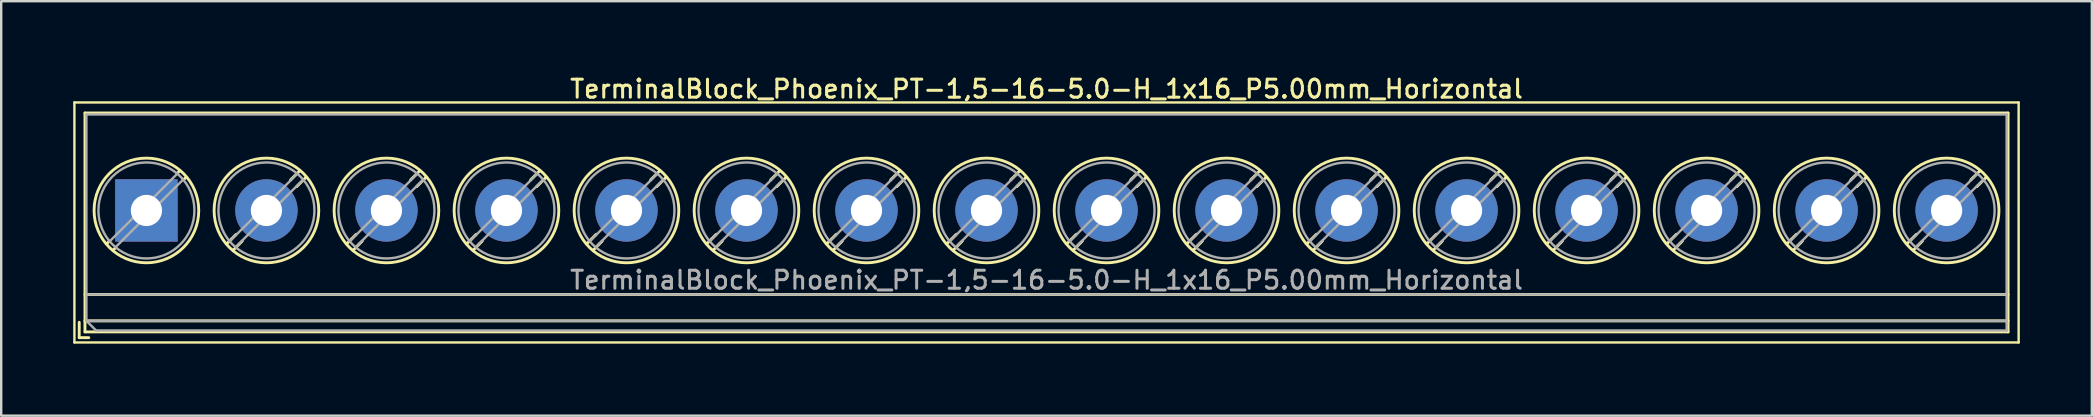
<source format=kicad_pcb>
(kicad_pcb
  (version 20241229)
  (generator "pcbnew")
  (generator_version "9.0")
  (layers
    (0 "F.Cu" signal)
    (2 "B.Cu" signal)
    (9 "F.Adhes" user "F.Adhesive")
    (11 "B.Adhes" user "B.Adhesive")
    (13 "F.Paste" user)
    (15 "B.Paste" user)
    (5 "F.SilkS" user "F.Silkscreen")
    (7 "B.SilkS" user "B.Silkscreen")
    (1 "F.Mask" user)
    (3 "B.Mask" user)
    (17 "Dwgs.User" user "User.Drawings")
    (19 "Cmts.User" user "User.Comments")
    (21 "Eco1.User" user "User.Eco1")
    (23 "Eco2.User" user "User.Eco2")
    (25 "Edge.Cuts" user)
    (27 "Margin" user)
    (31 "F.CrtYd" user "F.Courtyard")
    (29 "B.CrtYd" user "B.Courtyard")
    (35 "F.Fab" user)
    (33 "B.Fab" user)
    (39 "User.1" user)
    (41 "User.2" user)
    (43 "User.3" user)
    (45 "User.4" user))
  (footprint "TerminalBlock_Phoenix_PT-1,5-16-5.0-H_1x16_P5.00mm_Horizontal"
    (layer "F.Cu")
    (at 3.05 5.718)
    (property "Reference" "TerminalBlock_Phoenix_PT-1,5-16-5.0-H_1x16_P5.00mm_Horizontal" (at 37.5 -5.06 0) (layer "F.SilkS") (effects (font (size 0.75 0.75) (thickness 0.125))))
    (attr through_hole)
    (fp_line (start -3 -4.5) (end -3 5.5) (stroke (width 0.1) (type solid)) (layer "F.SilkS"))
    (fp_line (start -3 5.5) (end 78 5.5) (stroke (width 0.1) (type solid)) (layer "F.SilkS"))
    (fp_line (start -2.8 4.66) (end -2.8 5.3) (stroke (width 0.12) (type solid)) (layer "F.SilkS"))
    (fp_line (start -2.8 5.3) (end -2.4 5.3) (stroke (width 0.12) (type solid)) (layer "F.SilkS"))
    (fp_line (start -2.56 -4.06) (end -2.56 5.06) (stroke (width 0.12) (type solid)) (layer "F.SilkS"))
    (fp_line (start -2.56 -4.06) (end 77.56 -4.06) (stroke (width 0.12) (type solid)) (layer "F.SilkS"))
    (fp_line (start -2.56 3.5) (end 77.56 3.5) (stroke (width 0.12) (type solid)) (layer "F.SilkS"))
    (fp_line (start -2.56 4.6) (end 77.56 4.6) (stroke (width 0.12) (type solid)) (layer "F.SilkS"))
    (fp_line (start -2.56 5.06) (end 77.56 5.06) (stroke (width 0.12) (type solid)) (layer "F.SilkS"))
    (fp_line (start -1.548 1.281) (end -1.654 1.388) (stroke (width 0.12) (type solid)) (layer "F.SilkS"))
    (fp_line (start -1.282 1.547) (end -1.388 1.654) (stroke (width 0.12) (type solid)) (layer "F.SilkS"))
    (fp_line (start 1.388 -1.654) (end 1.281 -1.547) (stroke (width 0.12) (type solid)) (layer "F.SilkS"))
    (fp_line (start 1.654 -1.388) (end 1.547 -1.281) (stroke (width 0.12) (type solid)) (layer "F.SilkS"))
    (fp_line (start 3.742 0.992) (end 3.347 1.388) (stroke (width 0.12) (type solid)) (layer "F.SilkS"))
    (fp_line (start 3.993 1.274) (end 3.613 1.654) (stroke (width 0.12) (type solid)) (layer "F.SilkS"))
    (fp_line (start 6.388 -1.654) (end 6.008 -1.274) (stroke (width 0.12) (type solid)) (layer "F.SilkS"))
    (fp_line (start 6.654 -1.388) (end 6.259 -0.992) (stroke (width 0.12) (type solid)) (layer "F.SilkS"))
    (fp_line (start 8.742 0.992) (end 8.347 1.388) (stroke (width 0.12) (type solid)) (layer "F.SilkS"))
    (fp_line (start 8.993 1.274) (end 8.613 1.654) (stroke (width 0.12) (type solid)) (layer "F.SilkS"))
    (fp_line (start 11.388 -1.654) (end 11.008 -1.274) (stroke (width 0.12) (type solid)) (layer "F.SilkS"))
    (fp_line (start 11.654 -1.388) (end 11.259 -0.992) (stroke (width 0.12) (type solid)) (layer "F.SilkS"))
    (fp_line (start 13.742 0.992) (end 13.347 1.388) (stroke (width 0.12) (type solid)) (layer "F.SilkS"))
    (fp_line (start 13.993 1.274) (end 13.613 1.654) (stroke (width 0.12) (type solid)) (layer "F.SilkS"))
    (fp_line (start 16.388 -1.654) (end 16.008 -1.274) (stroke (width 0.12) (type solid)) (layer "F.SilkS"))
    (fp_line (start 16.654 -1.388) (end 16.259 -0.992) (stroke (width 0.12) (type solid)) (layer "F.SilkS"))
    (fp_line (start 18.742 0.992) (end 18.347 1.388) (stroke (width 0.12) (type solid)) (layer "F.SilkS"))
    (fp_line (start 18.993 1.274) (end 18.613 1.654) (stroke (width 0.12) (type solid)) (layer "F.SilkS"))
    (fp_line (start 21.388 -1.654) (end 21.008 -1.274) (stroke (width 0.12) (type solid)) (layer "F.SilkS"))
    (fp_line (start 21.654 -1.388) (end 21.259 -0.992) (stroke (width 0.12) (type solid)) (layer "F.SilkS"))
    (fp_line (start 23.742 0.992) (end 23.347 1.388) (stroke (width 0.12) (type solid)) (layer "F.SilkS"))
    (fp_line (start 23.993 1.274) (end 23.613 1.654) (stroke (width 0.12) (type solid)) (layer "F.SilkS"))
    (fp_line (start 26.388 -1.654) (end 26.008 -1.274) (stroke (width 0.12) (type solid)) (layer "F.SilkS"))
    (fp_line (start 26.654 -1.388) (end 26.259 -0.992) (stroke (width 0.12) (type solid)) (layer "F.SilkS"))
    (fp_line (start 28.742 0.992) (end 28.347 1.388) (stroke (width 0.12) (type solid)) (layer "F.SilkS"))
    (fp_line (start 28.993 1.274) (end 28.613 1.654) (stroke (width 0.12) (type solid)) (layer "F.SilkS"))
    (fp_line (start 31.388 -1.654) (end 31.008 -1.274) (stroke (width 0.12) (type solid)) (layer "F.SilkS"))
    (fp_line (start 31.654 -1.388) (end 31.259 -0.992) (stroke (width 0.12) (type solid)) (layer "F.SilkS"))
    (fp_line (start 33.742 0.992) (end 33.347 1.388) (stroke (width 0.12) (type solid)) (layer "F.SilkS"))
    (fp_line (start 33.993 1.274) (end 33.613 1.654) (stroke (width 0.12) (type solid)) (layer "F.SilkS"))
    (fp_line (start 36.388 -1.654) (end 36.008 -1.274) (stroke (width 0.12) (type solid)) (layer "F.SilkS"))
    (fp_line (start 36.654 -1.388) (end 36.259 -0.992) (stroke (width 0.12) (type solid)) (layer "F.SilkS"))
    (fp_line (start 38.742 0.992) (end 38.347 1.388) (stroke (width 0.12) (type solid)) (layer "F.SilkS"))
    (fp_line (start 38.993 1.274) (end 38.613 1.654) (stroke (width 0.12) (type solid)) (layer "F.SilkS"))
    (fp_line (start 41.388 -1.654) (end 41.008 -1.274) (stroke (width 0.12) (type solid)) (layer "F.SilkS"))
    (fp_line (start 41.654 -1.388) (end 41.259 -0.992) (stroke (width 0.12) (type solid)) (layer "F.SilkS"))
    (fp_line (start 43.742 0.992) (end 43.347 1.388) (stroke (width 0.12) (type solid)) (layer "F.SilkS"))
    (fp_line (start 43.993 1.274) (end 43.613 1.654) (stroke (width 0.12) (type solid)) (layer "F.SilkS"))
    (fp_line (start 46.388 -1.654) (end 46.008 -1.274) (stroke (width 0.12) (type solid)) (layer "F.SilkS"))
    (fp_line (start 46.654 -1.388) (end 46.259 -0.992) (stroke (width 0.12) (type solid)) (layer "F.SilkS"))
    (fp_line (start 48.742 0.992) (end 48.347 1.388) (stroke (width 0.12) (type solid)) (layer "F.SilkS"))
    (fp_line (start 48.993 1.274) (end 48.613 1.654) (stroke (width 0.12) (type solid)) (layer "F.SilkS"))
    (fp_line (start 51.388 -1.654) (end 51.008 -1.274) (stroke (width 0.12) (type solid)) (layer "F.SilkS"))
    (fp_line (start 51.654 -1.388) (end 51.259 -0.992) (stroke (width 0.12) (type solid)) (layer "F.SilkS"))
    (fp_line (start 53.742 0.992) (end 53.347 1.388) (stroke (width 0.12) (type solid)) (layer "F.SilkS"))
    (fp_line (start 53.993 1.274) (end 53.613 1.654) (stroke (width 0.12) (type solid)) (layer "F.SilkS"))
    (fp_line (start 56.388 -1.654) (end 56.008 -1.274) (stroke (width 0.12) (type solid)) (layer "F.SilkS"))
    (fp_line (start 56.654 -1.388) (end 56.259 -0.992) (stroke (width 0.12) (type solid)) (layer "F.SilkS"))
    (fp_line (start 58.742 0.992) (end 58.347 1.388) (stroke (width 0.12) (type solid)) (layer "F.SilkS"))
    (fp_line (start 58.993 1.274) (end 58.613 1.654) (stroke (width 0.12) (type solid)) (layer "F.SilkS"))
    (fp_line (start 61.388 -1.654) (end 61.008 -1.274) (stroke (width 0.12) (type solid)) (layer "F.SilkS"))
    (fp_line (start 61.654 -1.388) (end 61.259 -0.992) (stroke (width 0.12) (type solid)) (layer "F.SilkS"))
    (fp_line (start 63.742 0.992) (end 63.347 1.388) (stroke (width 0.12) (type solid)) (layer "F.SilkS"))
    (fp_line (start 63.993 1.274) (end 63.613 1.654) (stroke (width 0.12) (type solid)) (layer "F.SilkS"))
    (fp_line (start 66.388 -1.654) (end 66.008 -1.274) (stroke (width 0.12) (type solid)) (layer "F.SilkS"))
    (fp_line (start 66.654 -1.388) (end 66.259 -0.992) (stroke (width 0.12) (type solid)) (layer "F.SilkS"))
    (fp_line (start 68.742 0.992) (end 68.347 1.388) (stroke (width 0.12) (type solid)) (layer "F.SilkS"))
    (fp_line (start 68.993 1.274) (end 68.613 1.654) (stroke (width 0.12) (type solid)) (layer "F.SilkS"))
    (fp_line (start 71.388 -1.654) (end 71.008 -1.274) (stroke (width 0.12) (type solid)) (layer "F.SilkS"))
    (fp_line (start 71.654 -1.388) (end 71.259 -0.992) (stroke (width 0.12) (type solid)) (layer "F.SilkS"))
    (fp_line (start 73.742 0.992) (end 73.347 1.388) (stroke (width 0.12) (type solid)) (layer "F.SilkS"))
    (fp_line (start 73.993 1.274) (end 73.613 1.654) (stroke (width 0.12) (type solid)) (layer "F.SilkS"))
    (fp_line (start 76.388 -1.654) (end 76.008 -1.274) (stroke (width 0.12) (type solid)) (layer "F.SilkS"))
    (fp_line (start 76.654 -1.388) (end 76.259 -0.992) (stroke (width 0.12) (type solid)) (layer "F.SilkS"))
    (fp_line (start 77.56 -4.06) (end 77.56 5.06) (stroke (width 0.12) (type solid)) (layer "F.SilkS"))
    (fp_line (start 78 -4.5) (end -3 -4.5) (stroke (width 0.1) (type solid)) (layer "F.SilkS"))
    (fp_line (start 78 5.5) (end 78 -4.5) (stroke (width 0.1) (type solid)) (layer "F.SilkS"))
    (fp_circle (center 0 0) (end 2.18 0) (stroke (width 0.12) (type solid)) (fill no) (layer "F.SilkS"))
    (fp_circle (center 5 0) (end 7.18 0) (stroke (width 0.12) (type solid)) (fill no) (layer "F.SilkS"))
    (fp_circle (center 10 0) (end 12.18 0) (stroke (width 0.12) (type solid)) (fill no) (layer "F.SilkS"))
    (fp_circle (center 15 0) (end 17.18 0) (stroke (width 0.12) (type solid)) (fill no) (layer "F.SilkS"))
    (fp_circle (center 20 0) (end 22.18 0) (stroke (width 0.12) (type solid)) (fill no) (layer "F.SilkS"))
    (fp_circle (center 25 0) (end 27.18 0) (stroke (width 0.12) (type solid)) (fill no) (layer "F.SilkS"))
    (fp_circle (center 30 0) (end 32.18 0) (stroke (width 0.12) (type solid)) (fill no) (layer "F.SilkS"))
    (fp_circle (center 35 0) (end 37.18 0) (stroke (width 0.12) (type solid)) (fill no) (layer "F.SilkS"))
    (fp_circle (center 40 0) (end 42.18 0) (stroke (width 0.12) (type solid)) (fill no) (layer "F.SilkS"))
    (fp_circle (center 45 0) (end 47.18 0) (stroke (width 0.12) (type solid)) (fill no) (layer "F.SilkS"))
    (fp_circle (center 50 0) (end 52.18 0) (stroke (width 0.12) (type solid)) (fill no) (layer "F.SilkS"))
    (fp_circle (center 55 0) (end 57.18 0) (stroke (width 0.12) (type solid)) (fill no) (layer "F.SilkS"))
    (fp_circle (center 60 0) (end 62.18 0) (stroke (width 0.12) (type solid)) (fill no) (layer "F.SilkS"))
    (fp_circle (center 65 0) (end 67.18 0) (stroke (width 0.12) (type solid)) (fill no) (layer "F.SilkS"))
    (fp_circle (center 70 0) (end 72.18 0) (stroke (width 0.12) (type solid)) (fill no) (layer "F.SilkS"))
    (fp_circle (center 75 0) (end 77.18 0) (stroke (width 0.12) (type solid)) (fill no) (layer "F.SilkS"))
    (fp_line (start -2.5 -4) (end 77.5 -4) (stroke (width 0.1) (type solid)) (layer "F.Fab"))
    (fp_line (start -2.5 3.5) (end 77.5 3.5) (stroke (width 0.1) (type solid)) (layer "F.Fab"))
    (fp_line (start -2.5 4.6) (end -2.5 -4) (stroke (width 0.1) (type solid)) (layer "F.Fab"))
    (fp_line (start -2.5 4.6) (end 77.5 4.6) (stroke (width 0.1) (type solid)) (layer "F.Fab"))
    (fp_line (start -2.1 5) (end -2.5 4.6) (stroke (width 0.1) (type solid)) (layer "F.Fab"))
    (fp_line (start 1.273 -1.517) (end -1.517 1.273) (stroke (width 0.1) (type solid)) (layer "F.Fab"))
    (fp_line (start 1.517 -1.273) (end -1.273 1.517) (stroke (width 0.1) (type solid)) (layer "F.Fab"))
    (fp_line (start 6.273 -1.517) (end 3.484 1.273) (stroke (width 0.1) (type solid)) (layer "F.Fab"))
    (fp_line (start 6.517 -1.273) (end 3.728 1.517) (stroke (width 0.1) (type solid)) (layer "F.Fab"))
    (fp_line (start 11.273 -1.517) (end 8.484 1.273) (stroke (width 0.1) (type solid)) (layer "F.Fab"))
    (fp_line (start 11.517 -1.273) (end 8.728 1.517) (stroke (width 0.1) (type solid)) (layer "F.Fab"))
    (fp_line (start 16.273 -1.517) (end 13.484 1.273) (stroke (width 0.1) (type solid)) (layer "F.Fab"))
    (fp_line (start 16.517 -1.273) (end 13.728 1.517) (stroke (width 0.1) (type solid)) (layer "F.Fab"))
    (fp_line (start 21.273 -1.517) (end 18.484 1.273) (stroke (width 0.1) (type solid)) (layer "F.Fab"))
    (fp_line (start 21.517 -1.273) (end 18.728 1.517) (stroke (width 0.1) (type solid)) (layer "F.Fab"))
    (fp_line (start 26.273 -1.517) (end 23.484 1.273) (stroke (width 0.1) (type solid)) (layer "F.Fab"))
    (fp_line (start 26.517 -1.273) (end 23.728 1.517) (stroke (width 0.1) (type solid)) (layer "F.Fab"))
    (fp_line (start 31.273 -1.517) (end 28.484 1.273) (stroke (width 0.1) (type solid)) (layer "F.Fab"))
    (fp_line (start 31.517 -1.273) (end 28.728 1.517) (stroke (width 0.1) (type solid)) (layer "F.Fab"))
    (fp_line (start 36.273 -1.517) (end 33.484 1.273) (stroke (width 0.1) (type solid)) (layer "F.Fab"))
    (fp_line (start 36.517 -1.273) (end 33.728 1.517) (stroke (width 0.1) (type solid)) (layer "F.Fab"))
    (fp_line (start 41.273 -1.517) (end 38.484 1.273) (stroke (width 0.1) (type solid)) (layer "F.Fab"))
    (fp_line (start 41.517 -1.273) (end 38.728 1.517) (stroke (width 0.1) (type solid)) (layer "F.Fab"))
    (fp_line (start 46.273 -1.517) (end 43.484 1.273) (stroke (width 0.1) (type solid)) (layer "F.Fab"))
    (fp_line (start 46.517 -1.273) (end 43.728 1.517) (stroke (width 0.1) (type solid)) (layer "F.Fab"))
    (fp_line (start 51.273 -1.517) (end 48.484 1.273) (stroke (width 0.1) (type solid)) (layer "F.Fab"))
    (fp_line (start 51.517 -1.273) (end 48.728 1.517) (stroke (width 0.1) (type solid)) (layer "F.Fab"))
    (fp_line (start 56.273 -1.517) (end 53.484 1.273) (stroke (width 0.1) (type solid)) (layer "F.Fab"))
    (fp_line (start 56.517 -1.273) (end 53.728 1.517) (stroke (width 0.1) (type solid)) (layer "F.Fab"))
    (fp_line (start 61.273 -1.517) (end 58.484 1.273) (stroke (width 0.1) (type solid)) (layer "F.Fab"))
    (fp_line (start 61.517 -1.273) (end 58.728 1.517) (stroke (width 0.1) (type solid)) (layer "F.Fab"))
    (fp_line (start 66.273 -1.517) (end 63.484 1.273) (stroke (width 0.1) (type solid)) (layer "F.Fab"))
    (fp_line (start 66.517 -1.273) (end 63.728 1.517) (stroke (width 0.1) (type solid)) (layer "F.Fab"))
    (fp_line (start 71.273 -1.517) (end 68.484 1.273) (stroke (width 0.1) (type solid)) (layer "F.Fab"))
    (fp_line (start 71.517 -1.273) (end 68.728 1.517) (stroke (width 0.1) (type solid)) (layer "F.Fab"))
    (fp_line (start 76.273 -1.517) (end 73.484 1.273) (stroke (width 0.1) (type solid)) (layer "F.Fab"))
    (fp_line (start 76.517 -1.273) (end 73.728 1.517) (stroke (width 0.1) (type solid)) (layer "F.Fab"))
    (fp_line (start 77.5 -4) (end 77.5 5) (stroke (width 0.1) (type solid)) (layer "F.Fab"))
    (fp_line (start 77.5 5) (end -2.1 5) (stroke (width 0.1) (type solid)) (layer "F.Fab"))
    (fp_circle (center 0 0) (end 2 0) (stroke (width 0.1) (type solid)) (fill no) (layer "F.Fab"))
    (fp_circle (center 5 0) (end 7 0) (stroke (width 0.1) (type solid)) (fill no) (layer "F.Fab"))
    (fp_circle (center 10 0) (end 12 0) (stroke (width 0.1) (type solid)) (fill no) (layer "F.Fab"))
    (fp_circle (center 15 0) (end 17 0) (stroke (width 0.1) (type solid)) (fill no) (layer "F.Fab"))
    (fp_circle (center 20 0) (end 22 0) (stroke (width 0.1) (type solid)) (fill no) (layer "F.Fab"))
    (fp_circle (center 25 0) (end 27 0) (stroke (width 0.1) (type solid)) (fill no) (layer "F.Fab"))
    (fp_circle (center 30 0) (end 32 0) (stroke (width 0.1) (type solid)) (fill no) (layer "F.Fab"))
    (fp_circle (center 35 0) (end 37 0) (stroke (width 0.1) (type solid)) (fill no) (layer "F.Fab"))
    (fp_circle (center 40 0) (end 42 0) (stroke (width 0.1) (type solid)) (fill no) (layer "F.Fab"))
    (fp_circle (center 45 0) (end 47 0) (stroke (width 0.1) (type solid)) (fill no) (layer "F.Fab"))
    (fp_circle (center 50 0) (end 52 0) (stroke (width 0.1) (type solid)) (fill no) (layer "F.Fab"))
    (fp_circle (center 55 0) (end 57 0) (stroke (width 0.1) (type solid)) (fill no) (layer "F.Fab"))
    (fp_circle (center 60 0) (end 62 0) (stroke (width 0.1) (type solid)) (fill no) (layer "F.Fab"))
    (fp_circle (center 65 0) (end 67 0) (stroke (width 0.1) (type solid)) (fill no) (layer "F.Fab"))
    (fp_circle (center 70 0) (end 72 0) (stroke (width 0.1) (type solid)) (fill no) (layer "F.Fab"))
    (fp_circle (center 75 0) (end 77 0) (stroke (width 0.1) (type solid)) (fill no) (layer "F.Fab"))
    (fp_text user "${REFERENCE}" (at 37.5 2.9 0) (layer "F.Fab") (effects (font (size 0.75 0.75) (thickness 0.125))))
    (pad "1" thru_hole rect (at 0 0) (size 2.6 2.6) (drill 1.3) (layers "*.Cu" "*.Mask"))
    (pad "2" thru_hole circle (at 5 0) (size 2.6 2.6) (drill 1.3) (layers "*.Cu" "*.Mask"))
    (pad "3" thru_hole circle (at 10 0) (size 2.6 2.6) (drill 1.3) (layers "*.Cu" "*.Mask"))
    (pad "4" thru_hole circle (at 15 0) (size 2.6 2.6) (drill 1.3) (layers "*.Cu" "*.Mask"))
    (pad "5" thru_hole circle (at 20 0) (size 2.6 2.6) (drill 1.3) (layers "*.Cu" "*.Mask"))
    (pad "6" thru_hole circle (at 25 0) (size 2.6 2.6) (drill 1.3) (layers "*.Cu" "*.Mask"))
    (pad "7" thru_hole circle (at 30 0) (size 2.6 2.6) (drill 1.3) (layers "*.Cu" "*.Mask"))
    (pad "8" thru_hole circle (at 35 0) (size 2.6 2.6) (drill 1.3) (layers "*.Cu" "*.Mask"))
    (pad "9" thru_hole circle (at 40 0) (size 2.6 2.6) (drill 1.3) (layers "*.Cu" "*.Mask"))
    (pad "10" thru_hole circle (at 45 0) (size 2.6 2.6) (drill 1.3) (layers "*.Cu" "*.Mask"))
    (pad "11" thru_hole circle (at 50 0) (size 2.6 2.6) (drill 1.3) (layers "*.Cu" "*.Mask"))
    (pad "12" thru_hole circle (at 55 0) (size 2.6 2.6) (drill 1.3) (layers "*.Cu" "*.Mask"))
    (pad "13" thru_hole circle (at 60 0) (size 2.6 2.6) (drill 1.3) (layers "*.Cu" "*.Mask"))
    (pad "14" thru_hole circle (at 65 0) (size 2.6 2.6) (drill 1.3) (layers "*.Cu" "*.Mask"))
    (pad "15" thru_hole circle (at 70 0) (size 2.6 2.6) (drill 1.3) (layers "*.Cu" "*.Mask"))
    (pad "16" thru_hole circle (at 75 0) (size 2.6 2.6) (drill 1.3) (layers "*.Cu" "*.Mask")))
  (gr_rect
    (start -3 -3)
    (end 84.1 14.268)
    (stroke (width 0.1) (type default))
    (fill no)
    (layer "Edge.Cuts")))
</source>
